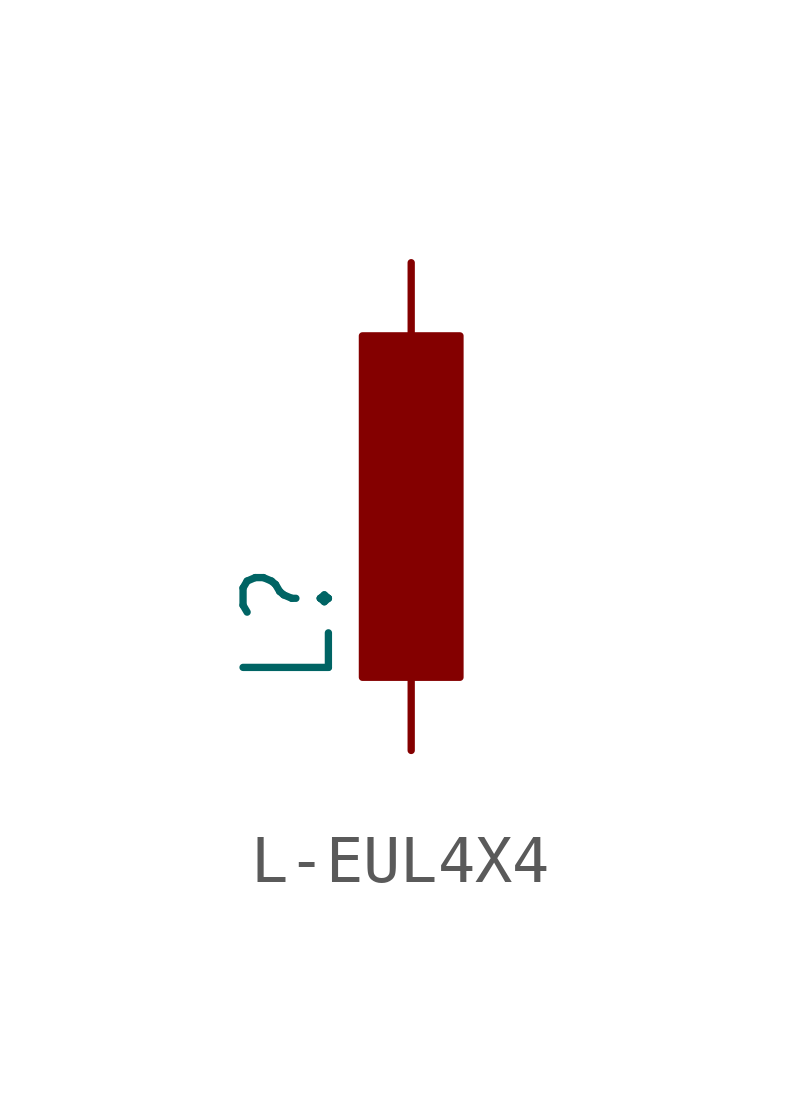
<source format=kicad_sym>
(kicad_symbol_lib
  (version 20241209)
  (generator "kicad_symbol_editor")
  (generator_version "9.0")
  (symbol "L-EUL4X4"
    (property "Reference" "L"
      (at -1.499 -3.81 90)
      (effects (font (size 1.778 1.511)) (justify left bottom)))
    (property "Value" ""
      (at 3.302 -3.81 90)
      (effects (font (size 1.778 1.511)) (justify left bottom)))
    (property "ki_locked" ""
      (at 0 0 0)
      (effects (font (size 1.27 1.27))))
    (symbol "L-EUL4X4_1_0"
      (rectangle (start -1.016 -3.556) (end 1.016 3.556) (stroke (width 0) (type default)) (fill (type outline)))
      (pin passive line (at 0 5.08 270) (length 2.54) (name "1" (effects (font (size 0 0)))) (number "1" (effects (font (size 0 0)))))
      (pin passive line (at 0 -5.08 90) (length 2.54) (name "2" (effects (font (size 0 0)))) (number "2" (effects (font (size 0 0))))))))
</source>
